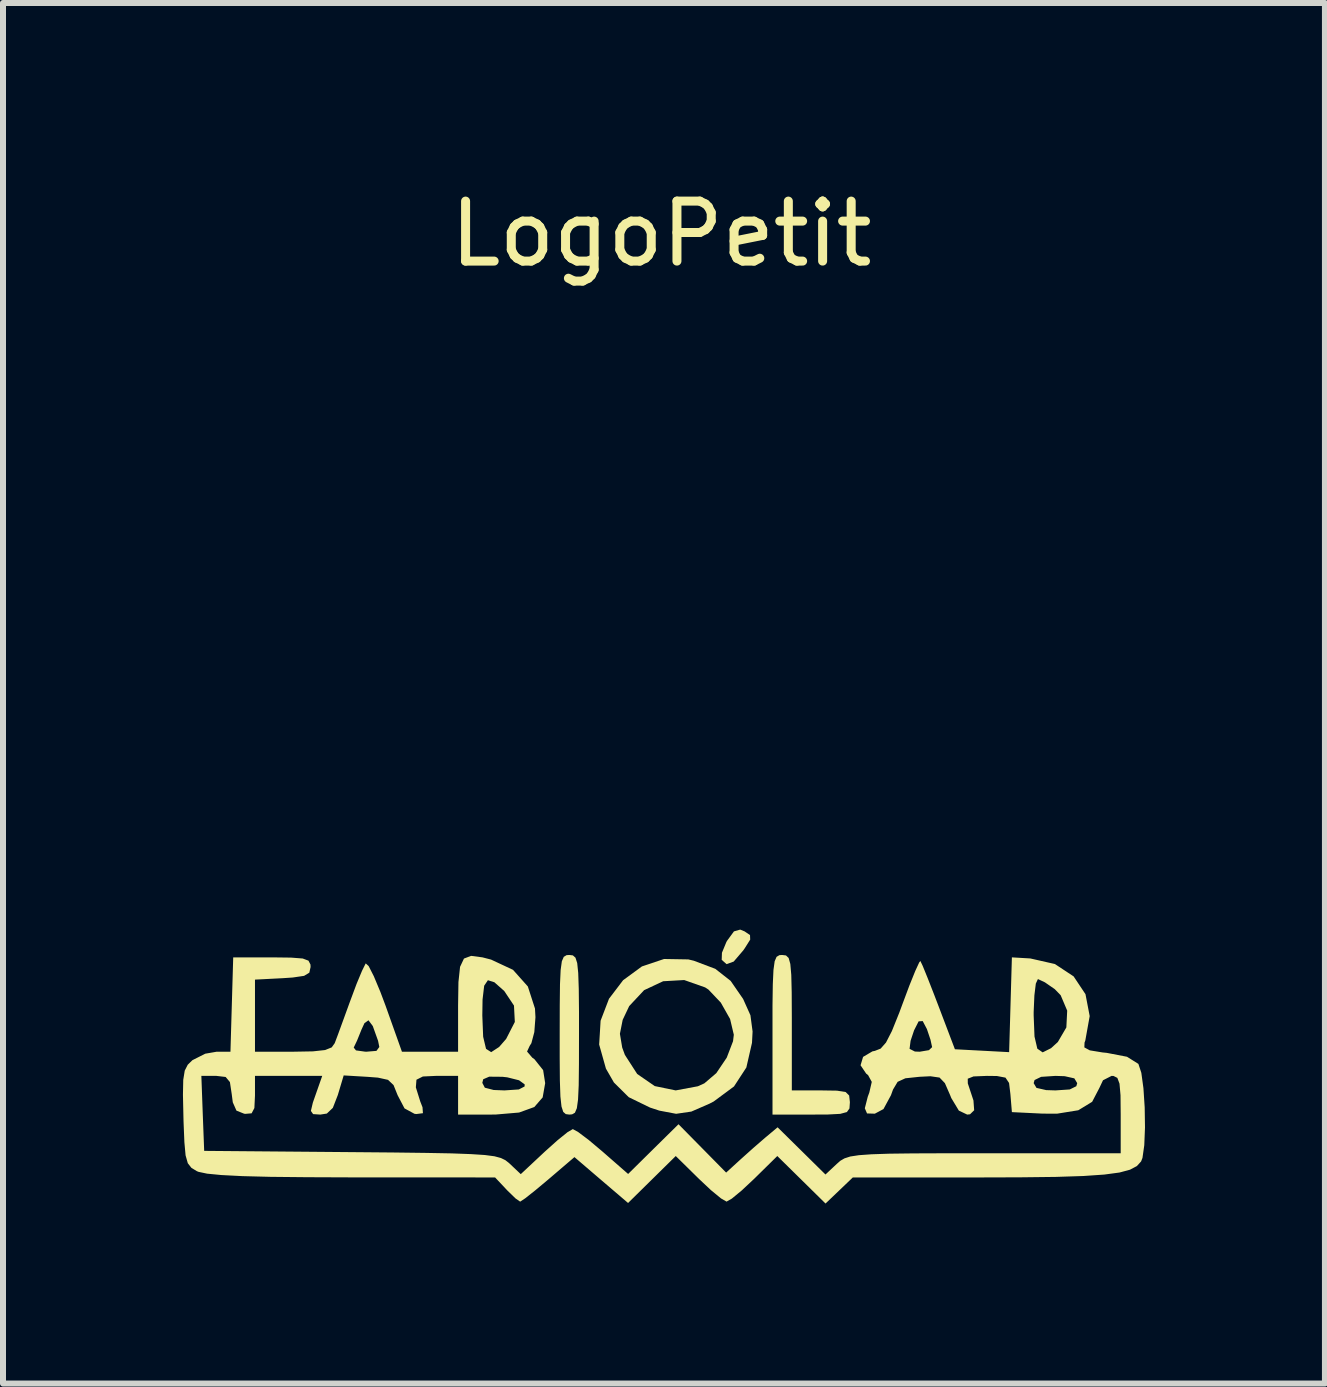
<source format=kicad_pcb>
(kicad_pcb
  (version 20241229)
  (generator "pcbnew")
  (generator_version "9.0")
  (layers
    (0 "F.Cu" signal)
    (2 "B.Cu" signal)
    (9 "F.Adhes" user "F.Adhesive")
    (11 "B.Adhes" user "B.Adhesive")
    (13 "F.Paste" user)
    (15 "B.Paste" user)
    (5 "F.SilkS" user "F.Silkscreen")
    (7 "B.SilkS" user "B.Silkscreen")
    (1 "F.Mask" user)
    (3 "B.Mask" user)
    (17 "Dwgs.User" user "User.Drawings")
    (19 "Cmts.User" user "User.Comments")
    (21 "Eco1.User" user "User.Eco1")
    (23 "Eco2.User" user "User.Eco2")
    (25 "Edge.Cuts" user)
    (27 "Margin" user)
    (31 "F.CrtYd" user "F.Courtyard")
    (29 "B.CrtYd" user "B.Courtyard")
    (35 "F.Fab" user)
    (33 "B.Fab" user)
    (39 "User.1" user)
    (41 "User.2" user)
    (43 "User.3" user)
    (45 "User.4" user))
  (footprint "LogoPetit"
    (layer "F.Cu")
    (at 7.974 15.048)
    (property "Reference" "LogoPetit" (at 0 -14.2 0) (unlocked yes) (layer "F.SilkS") (effects (font (size 1 1) (thickness 0.15))))
    (fp_poly (pts (xy 1.388 -2.571) (xy 1.48 -2.509) (xy 1.483 -2.433) (xy 1.393 -2.29) (xy 1.368 -2.254) (xy 1.208 -2.067) (xy 1.089 -2.024) (xy 1.008 -2.096) (xy 1.012 -2.214) (xy 1.086 -2.393) (xy 1.098 -2.414) (xy 1.212 -2.57) (xy 1.316 -2.6)) (stroke (width 0) (type solid)) (fill yes) (layer "F.SilkS"))
    (fp_poly (pts (xy -1.473 -2.17) (xy -1.43 -2.132) (xy -1.401 -2.042) (xy -1.384 -1.877) (xy -1.375 -1.612) (xy -1.371 -1.227) (xy -1.371 -0.847) (xy -1.372 -0.356) (xy -1.376 -0.003) (xy -1.387 0.234) (xy -1.407 0.378) (xy -1.439 0.453) (xy -1.486 0.48) (xy -1.532 0.484) (xy -1.592 0.476) (xy -1.634 0.439) (xy -1.663 0.349) (xy -1.681 0.183) (xy -1.69 -0.081) (xy -1.693 -0.467) (xy -1.693 -0.847) (xy -1.692 -1.338) (xy -1.688 -1.69) (xy -1.677 -1.927) (xy -1.657 -2.072) (xy -1.625 -2.146) (xy -1.578 -2.174) (xy -1.532 -2.177)) (stroke (width 0) (type solid)) (fill yes) (layer "F.SilkS"))
    (fp_poly (pts (xy 2.08 -2.169) (xy 2.124 -2.127) (xy 2.152 -2.027) (xy 2.168 -1.845) (xy 2.175 -1.555) (xy 2.177 -1.132) (xy 2.177 -1.048) (xy 2.177 0.081) (xy 2.661 0.081) (xy 2.929 0.085) (xy 3.074 0.108) (xy 3.133 0.166) (xy 3.145 0.275) (xy 3.145 0.282) (xy 3.138 0.382) (xy 3.095 0.442) (xy 2.984 0.472) (xy 2.772 0.483) (xy 2.5 0.484) (xy 1.855 0.484) (xy 1.855 -0.847) (xy 1.855 -1.338) (xy 1.86 -1.69) (xy 1.871 -1.927) (xy 1.891 -2.072) (xy 1.923 -2.146) (xy 1.97 -2.174) (xy 2.016 -2.177)) (stroke (width 0) (type solid)) (fill yes) (layer "F.SilkS"))
    (fp_poly (pts (xy 0.451 -2.103) (xy 0.543 -2.081) (xy 0.901 -1.946) (xy 1.157 -1.745) (xy 1.365 -1.444) (xy 1.487 -1.172) (xy 1.523 -0.901) (xy 1.513 -0.712) (xy 1.419 -0.301) (xy 1.213 0.015) (xy 0.874 0.266) (xy 0.805 0.302) (xy 0.502 0.434) (xy 0.248 0.471) (xy -0.032 0.418) (xy -0.187 0.367) (xy -0.542 0.194) (xy -0.789 -0.051) (xy -0.922 -0.282) (xy -1.035 -0.684) (xy -1.024 -0.863) (xy -0.689 -0.863) (xy -0.651 -0.634) (xy -0.606 -0.511) (xy -0.401 -0.193) (xy -0.108 0.009) (xy 0.241 0.081) (xy 0.611 0.012) (xy 0.719 -0.037) (xy 0.918 -0.207) (xy 1.092 -0.465) (xy 1.197 -0.739) (xy 1.21 -0.847) (xy 1.148 -1.109) (xy 0.993 -1.383) (xy 0.787 -1.6) (xy 0.732 -1.636) (xy 0.383 -1.759) (xy 0.032 -1.739) (xy -0.286 -1.59) (xy -0.534 -1.325) (xy -0.643 -1.095) (xy -0.689 -0.863) (xy -1.024 -0.863) (xy -1.011 -1.081) (xy -0.871 -1.447) (xy -0.635 -1.757) (xy -0.322 -1.986) (xy 0.047 -2.11)) (stroke (width 0) (type solid)) (fill yes) (layer "F.SilkS"))
    (fp_poly (pts (xy -2.98 -2.137) (xy -2.837 -2.1) (xy -2.471 -1.929) (xy -2.224 -1.652) (xy -2.105 -1.284) (xy -2.097 -1.139) (xy -2.116 -0.891) (xy -2.165 -0.706) (xy -2.194 -0.66) (xy -2.237 -0.567) (xy -2.15 -0.465) (xy -2.113 -0.438) (xy -1.969 -0.257) (xy -1.935 -0.04) (xy -1.977 0.198) (xy -2.116 0.358) (xy -2.37 0.45) (xy -2.757 0.483) (xy -2.84 0.484) (xy -3.387 0.484) (xy -3.387 -0.045) (xy -2.983 -0.045) (xy -2.941 0.036) (xy -2.794 0.074) (xy -2.614 0.081) (xy -2.374 0.065) (xy -2.278 0.015) (xy -2.277 -0.02) (xy -2.371 -0.088) (xy -2.567 -0.137) (xy -2.647 -0.146) (xy -2.868 -0.148) (xy -2.968 -0.105) (xy -2.983 -0.045) (xy -3.387 -0.045) (xy -3.387 -0.161) (xy -3.758 -0.161) (xy -3.974 -0.151) (xy -4.081 -0.097) (xy -4.091 0.03) (xy -4.018 0.264) (xy -3.98 0.362) (xy -3.973 0.461) (xy -4.083 0.475) (xy -4.114 0.471) (xy -4.28 0.381) (xy -4.395 0.161) (xy -4.463 -0.008) (xy -4.555 -0.095) (xy -4.723 -0.132) (xy -4.892 -0.145) (xy -5.294 -0.169) (xy -5.392 0.158) (xy -5.475 0.372) (xy -5.575 0.467) (xy -5.684 0.484) (xy -5.804 0.476) (xy -5.841 0.423) (xy -5.808 0.284) (xy -5.765 0.161) (xy -5.652 -0.161) (xy -6.773 -0.161) (xy -6.773 0.167) (xy -6.783 0.375) (xy -6.829 0.463) (xy -6.935 0.472) (xy -6.955 0.469) (xy -7.082 0.418) (xy -7.143 0.28) (xy -7.161 0.141) (xy -7.191 -0.058) (xy -7.262 -0.143) (xy -7.416 -0.161) (xy -7.427 -0.161) (xy -7.667 -0.161) (xy -7.644 0.464) (xy -7.62 1.089) (xy -5.165 1.11) (xy -4.47 1.116) (xy -3.919 1.123) (xy -3.493 1.131) (xy -3.173 1.143) (xy -2.942 1.158) (xy -2.781 1.179) (xy -2.673 1.208) (xy -2.599 1.244) (xy -2.54 1.29) (xy -2.525 1.304) (xy -2.342 1.477) (xy -1.94 1.101) (xy -1.729 0.912) (xy -1.562 0.777) (xy -1.474 0.726) (xy -1.474 0.726) (xy -1.385 0.775) (xy -1.212 0.905) (xy -0.993 1.089) (xy -0.98 1.1) (xy -0.552 1.474) (xy -0.132 1.059) (xy 0.288 0.645) (xy 0.685 1.048) (xy 1.082 1.451) (xy 1.327 1.227) (xy 1.537 1.039) (xy 1.732 0.87) (xy 1.756 0.85) (xy 1.94 0.696) (xy 2.738 1.483) (xy 2.927 1.306) (xy 2.986 1.254) (xy 3.055 1.214) (xy 3.151 1.183) (xy 3.295 1.161) (xy 3.504 1.146) (xy 3.799 1.136) (xy 4.197 1.131) (xy 4.719 1.129) (xy 5.383 1.129) (xy 7.66 1.129) (xy 7.66 0.484) (xy 7.657 0.162) (xy 7.64 -0.032) (xy 7.604 -0.128) (xy 7.54 -0.16) (xy 7.508 -0.161) (xy 7.365 -0.088) (xy 7.305 0.039) (xy 7.184 0.271) (xy 6.953 0.412) (xy 6.599 0.469) (xy 6.358 0.468) (xy 5.846 0.443) (xy 5.821 0.141) (xy 5.799 -0.04) (xy 6.209 -0.04) (xy 6.256 0.039) (xy 6.418 0.076) (xy 6.572 0.081) (xy 6.811 0.065) (xy 6.92 0.011) (xy 6.935 -0.04) (xy 6.887 -0.12) (xy 6.726 -0.156) (xy 6.572 -0.161) (xy 6.333 -0.145) (xy 6.224 -0.092) (xy 6.209 -0.04) (xy 5.799 -0.04) (xy 5.798 -0.044) (xy 5.739 -0.132) (xy 5.597 -0.159) (xy 5.429 -0.161) (xy 5.206 -0.152) (xy 5.11 -0.114) (xy 5.111 -0.036) (xy 5.112 -0.033) (xy 5.205 0.248) (xy 5.217 0.412) (xy 5.148 0.479) (xy 5.101 0.484) (xy 4.962 0.418) (xy 4.836 0.209) (xy 4.815 0.157) (xy 4.729 -0.04) (xy 4.64 -0.133) (xy 4.488 -0.155) (xy 4.305 -0.146) (xy 4.07 -0.121) (xy 3.941 -0.062) (xy 3.864 0.067) (xy 3.83 0.161) (xy 3.705 0.392) (xy 3.561 0.469) (xy 3.431 0.465) (xy 3.394 0.379) (xy 3.443 0.187) (xy 3.469 0.116) (xy 3.51 -0.061) (xy 3.449 -0.173) (xy 3.416 -0.2) (xy 3.323 -0.338) (xy 3.365 -0.478) (xy 3.521 -0.57) (xy 3.561 -0.578) (xy 3.648 -0.612) (xy 4.14 -0.612) (xy 4.229 -0.567) (xy 4.309 -0.564) (xy 4.463 -0.59) (xy 4.516 -0.64) (xy 4.489 -0.764) (xy 4.429 -0.942) (xy 4.359 -1.075) (xy 4.291 -1.07) (xy 4.215 -0.92) (xy 4.157 -0.746) (xy 4.14 -0.612) (xy 3.648 -0.612) (xy 3.658 -0.616) (xy 3.747 -0.717) (xy 3.845 -0.908) (xy 3.969 -1.216) (xy 4.02 -1.354) (xy 4.137 -1.667) (xy 4.235 -1.91) (xy 4.301 -2.053) (xy 4.32 -2.077) (xy 4.359 -1.995) (xy 4.44 -1.796) (xy 4.55 -1.515) (xy 4.622 -1.327) (xy 4.896 -0.605) (xy 5.348 -0.581) (xy 5.8 -0.557) (xy 5.818 -1.169) (xy 6.209 -1.169) (xy 6.223 -0.817) (xy 6.27 -0.615) (xy 6.359 -0.553) (xy 6.499 -0.623) (xy 6.612 -0.726) (xy 6.754 -0.969) (xy 6.768 -1.249) (xy 6.659 -1.506) (xy 6.561 -1.607) (xy 6.396 -1.721) (xy 6.283 -1.774) (xy 6.279 -1.774) (xy 6.245 -1.7) (xy 6.221 -1.504) (xy 6.209 -1.226) (xy 6.209 -1.169) (xy 5.818 -1.169) (xy 5.846 -2.137) (xy 6.153 -2.119) (xy 6.563 -2.026) (xy 6.875 -1.82) (xy 7.073 -1.523) (xy 7.143 -1.158) (xy 7.07 -0.751) (xy 7.057 -0.716) (xy 7.054 -0.636) (xy 7.144 -0.587) (xy 7.357 -0.552) (xy 7.427 -0.545) (xy 7.765 -0.48) (xy 7.952 -0.363) (xy 7.956 -0.358) (xy 8.004 -0.212) (xy 8.039 0.045) (xy 8.06 0.365) (xy 8.065 0.698) (xy 8.053 0.995) (xy 8.023 1.206) (xy 8 1.265) (xy 7.93 1.342) (xy 7.815 1.403) (xy 7.64 1.45) (xy 7.387 1.484) (xy 7.039 1.508) (xy 6.578 1.523) (xy 5.989 1.53) (xy 5.341 1.532) (xy 3.194 1.532) (xy 2.739 1.967) (xy 1.935 1.175) (xy 1.549 1.555) (xy 1.343 1.748) (xy 1.177 1.885) (xy 1.089 1.935) (xy 0.997 1.882) (xy 0.829 1.744) (xy 0.628 1.555) (xy 0.242 1.175) (xy -0.553 1.958) (xy -1 1.576) (xy -1.447 1.193) (xy -1.881 1.564) (xy -2.1 1.747) (xy -2.268 1.88) (xy -2.351 1.935) (xy -2.353 1.935) (xy -2.428 1.883) (xy -2.561 1.754) (xy -2.58 1.734) (xy -2.77 1.532) (xy -5.155 1.531) (xy -5.909 1.528) (xy -6.515 1.522) (xy -6.985 1.51) (xy -7.333 1.492) (xy -7.571 1.469) (xy -7.713 1.439) (xy -7.741 1.428) (xy -7.833 1.372) (xy -7.893 1.295) (xy -7.93 1.164) (xy -7.95 0.944) (xy -7.964 0.602) (xy -7.966 0.522) (xy -7.974 0.151) (xy -7.969 -0.095) (xy -7.944 -0.249) (xy -7.894 -0.347) (xy -7.816 -0.423) (xy -7.602 -0.531) (xy -7.412 -0.564) (xy -7.182 -0.564) (xy -7.159 -1.351) (xy -7.136 -2.137) (xy -6.491 -2.137) (xy -6.17 -2.133) (xy -5.977 -2.118) (xy -5.881 -2.082) (xy -5.848 -2.018) (xy -5.846 -1.976) (xy -5.867 -1.882) (xy -5.954 -1.829) (xy -6.145 -1.801) (xy -6.31 -1.79) (xy -6.773 -1.766) (xy -6.773 -0.564) (xy -6.137 -0.564) (xy -5.807 -0.57) (xy -5.604 -0.592) (xy -5.502 -0.633) (xy -5.127 -0.633) (xy -5.089 -0.586) (xy -4.937 -0.565) (xy -4.918 -0.564) (xy -4.748 -0.578) (xy -4.7 -0.643) (xy -4.721 -0.746) (xy -4.809 -0.992) (xy -4.881 -1.088) (xy -4.948 -1.04) (xy -4.996 -0.936) (xy -5.072 -0.748) (xy -5.127 -0.633) (xy -5.502 -0.633) (xy -5.494 -0.636) (xy -5.444 -0.706) (xy -5.39 -0.849) (xy -5.301 -1.093) (xy -5.194 -1.387) (xy -5.185 -1.411) (xy -5.08 -1.693) (xy -4.988 -1.914) (xy -4.93 -2.031) (xy -4.926 -2.036) (xy -4.878 -1.992) (xy -4.792 -1.823) (xy -4.682 -1.56) (xy -4.596 -1.331) (xy -4.323 -0.564) (xy -3.387 -0.564) (xy -3.387 -1.169) (xy -2.983 -1.169) (xy -2.969 -0.814) (xy -2.921 -0.612) (xy -2.835 -0.557) (xy -2.703 -0.643) (xy -2.586 -0.777) (xy -2.441 -1.06) (xy -2.455 -1.333) (xy -2.617 -1.576) (xy -2.782 -1.722) (xy -2.89 -1.756) (xy -2.952 -1.664) (xy -2.979 -1.434) (xy -2.983 -1.169) (xy -3.387 -1.169) (xy -3.387 -1.333) (xy -3.381 -1.725) (xy -3.354 -1.979) (xy -3.289 -2.117) (xy -3.17 -2.162)) (stroke (width 0) (type solid)) (fill yes) (layer "F.SilkS")))
  (gr_rect
    (start -3 -3)
    (end 19.039 20.016)
    (stroke (width 0.1) (type default))
    (fill no)
    (layer "Edge.Cuts")))
</source>
